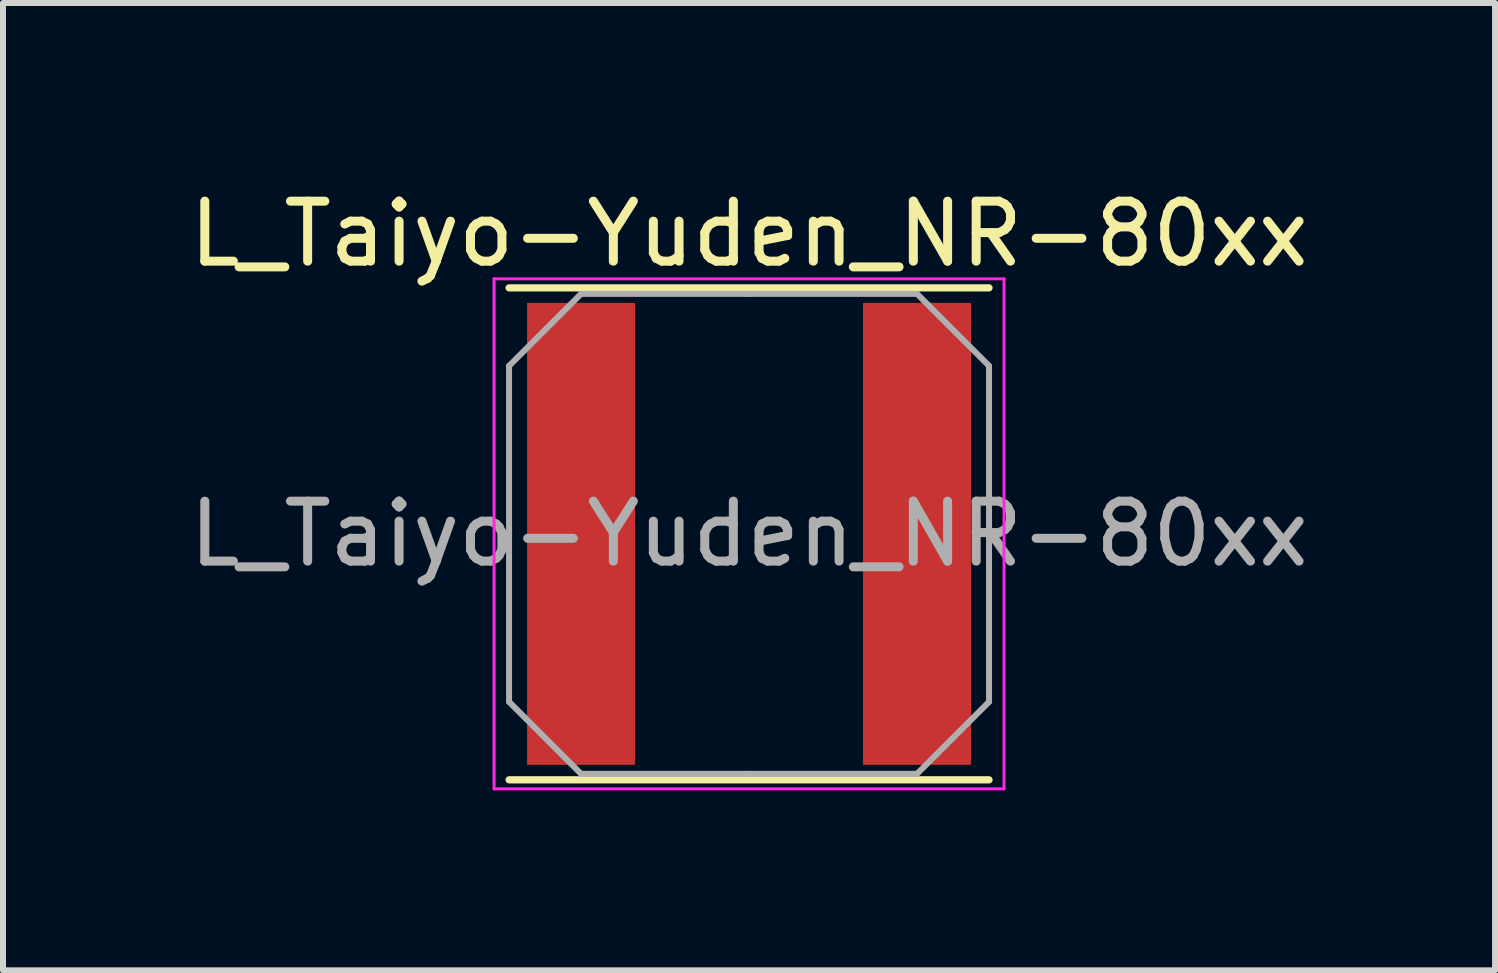
<source format=kicad_pcb>
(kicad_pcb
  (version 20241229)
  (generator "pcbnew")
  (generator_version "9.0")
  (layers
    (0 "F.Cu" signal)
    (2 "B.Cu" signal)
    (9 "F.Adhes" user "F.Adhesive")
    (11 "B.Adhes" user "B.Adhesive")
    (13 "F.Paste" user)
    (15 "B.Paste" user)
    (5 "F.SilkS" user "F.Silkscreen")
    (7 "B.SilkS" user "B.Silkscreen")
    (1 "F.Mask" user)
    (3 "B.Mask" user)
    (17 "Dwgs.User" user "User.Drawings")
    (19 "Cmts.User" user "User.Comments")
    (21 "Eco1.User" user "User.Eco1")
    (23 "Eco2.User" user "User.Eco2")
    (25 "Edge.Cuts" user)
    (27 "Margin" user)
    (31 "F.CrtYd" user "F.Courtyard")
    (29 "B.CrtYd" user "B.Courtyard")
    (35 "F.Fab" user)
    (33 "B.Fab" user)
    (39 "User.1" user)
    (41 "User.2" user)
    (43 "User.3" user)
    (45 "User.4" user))
  (footprint "L_Taiyo-Yuden_NR-80xx"
    (layer "F.Cu")
    (at 9.435 5.848)
    (property "Reference" "L_Taiyo-Yuden_NR-80xx" (at 0 -5 0) (layer "F.SilkS") (effects (font (size 1 1) (thickness 0.15))))
    (attr smd)
    (fp_line (start -4 -4.1) (end 4 -4.1) (stroke (width 0.12) (type solid)) (layer "F.SilkS"))
    (fp_line (start -4 4.1) (end 4 4.1) (stroke (width 0.12) (type solid)) (layer "F.SilkS"))
    (fp_line (start -4.25 -4.25) (end -4.25 4.25) (stroke (width 0.05) (type solid)) (layer "F.CrtYd"))
    (fp_line (start -4.25 4.25) (end 4.25 4.25) (stroke (width 0.05) (type solid)) (layer "F.CrtYd"))
    (fp_line (start 4.25 -4.25) (end -4.25 -4.25) (stroke (width 0.05) (type solid)) (layer "F.CrtYd"))
    (fp_line (start 4.25 4.25) (end 4.25 -4.25) (stroke (width 0.05) (type solid)) (layer "F.CrtYd"))
    (fp_line (start -4 -2.8) (end -2.8 -4) (stroke (width 0.1) (type solid)) (layer "F.Fab"))
    (fp_line (start -4 0) (end -4 -2.8) (stroke (width 0.1) (type solid)) (layer "F.Fab"))
    (fp_line (start -4 0) (end -4 2.8) (stroke (width 0.1) (type solid)) (layer "F.Fab"))
    (fp_line (start -4 2.8) (end -2.8 4) (stroke (width 0.1) (type solid)) (layer "F.Fab"))
    (fp_line (start -2.8 -4) (end 0 -4) (stroke (width 0.1) (type solid)) (layer "F.Fab"))
    (fp_line (start -2.8 4) (end 0 4) (stroke (width 0.1) (type solid)) (layer "F.Fab"))
    (fp_line (start 2.8 -4) (end 0 -4) (stroke (width 0.1) (type solid)) (layer "F.Fab"))
    (fp_line (start 2.8 4) (end 0 4) (stroke (width 0.1) (type solid)) (layer "F.Fab"))
    (fp_line (start 4 -2.8) (end 2.8 -4) (stroke (width 0.1) (type solid)) (layer "F.Fab"))
    (fp_line (start 4 0) (end 4 -2.8) (stroke (width 0.1) (type solid)) (layer "F.Fab"))
    (fp_line (start 4 0) (end 4 2.8) (stroke (width 0.1) (type solid)) (layer "F.Fab"))
    (fp_line (start 4 2.8) (end 2.8 4) (stroke (width 0.1) (type solid)) (layer "F.Fab"))
    (fp_text user "${REFERENCE}" (at 0 0 0) (layer "F.Fab") (effects (font (size 1 1) (thickness 0.15))))
    (pad "1" smd rect (at -2.8 0) (size 1.8 7.7) (layers "F.Cu" "F.Mask" "F.Paste"))
    (pad "2" smd rect (at 2.8 0) (size 1.8 7.7) (layers "F.Cu" "F.Mask" "F.Paste")))
  (gr_rect
    (start -3 -3)
    (end 21.869 13.123)
    (stroke (width 0.1) (type default))
    (fill no)
    (layer "Edge.Cuts")))
</source>
